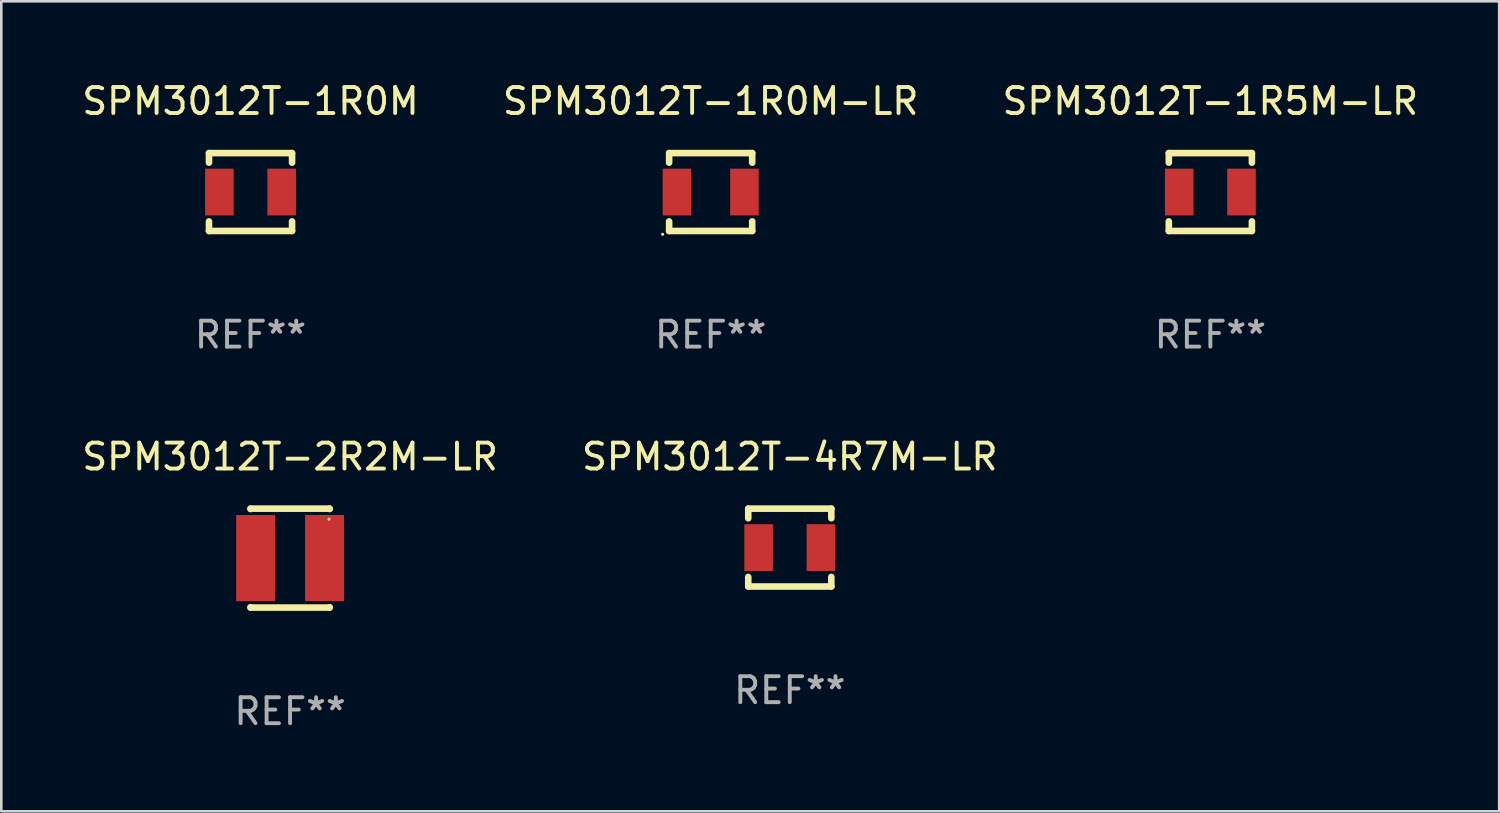
<source format=kicad_pcb>
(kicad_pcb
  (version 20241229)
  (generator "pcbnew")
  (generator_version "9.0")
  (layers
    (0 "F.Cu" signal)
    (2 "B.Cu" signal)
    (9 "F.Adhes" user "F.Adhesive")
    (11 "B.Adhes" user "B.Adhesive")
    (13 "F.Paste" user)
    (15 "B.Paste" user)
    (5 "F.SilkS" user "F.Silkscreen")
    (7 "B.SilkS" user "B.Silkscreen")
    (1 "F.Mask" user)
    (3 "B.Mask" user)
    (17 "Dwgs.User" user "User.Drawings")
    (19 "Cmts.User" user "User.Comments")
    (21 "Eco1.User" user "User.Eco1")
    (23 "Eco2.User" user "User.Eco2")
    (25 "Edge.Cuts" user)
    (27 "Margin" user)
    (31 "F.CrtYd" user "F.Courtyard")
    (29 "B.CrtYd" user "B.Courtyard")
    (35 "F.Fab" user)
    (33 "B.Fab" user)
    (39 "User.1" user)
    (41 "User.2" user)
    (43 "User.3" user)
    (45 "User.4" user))
  (footprint "SPM3012T-1R0M"
    (layer "F.Cu")
    (at 6.601 4.348)
    (property "Reference" "SPM3012T-1R0M" (at 0 -3.5 0) (layer "F.SilkS") (effects (font (size 1 1) (thickness 0.15))))
    (attr through_hole)
    (fp_line (start -1.6 -1.5) (end -1.6 -1.131) (stroke (width 0.254) (type solid)) (layer "F.SilkS"))
    (fp_line (start -1.6 -1.5) (end 1.6 -1.5) (stroke (width 0.254) (type solid)) (layer "F.SilkS"))
    (fp_line (start -1.6 1.131) (end -1.6 1.5) (stroke (width 0.254) (type solid)) (layer "F.SilkS"))
    (fp_line (start 1.6 -1.131) (end 1.6 -1.5) (stroke (width 0.254) (type solid)) (layer "F.SilkS"))
    (fp_line (start 1.6 1.5) (end -1.6 1.5) (stroke (width 0.254) (type solid)) (layer "F.SilkS"))
    (fp_line (start 1.6 1.5) (end 1.6 1.131) (stroke (width 0.254) (type solid)) (layer "F.SilkS"))
    (fp_circle (center -1.6 1.5) (end -1.57 1.5) (stroke (width 0.06) (type solid)) (fill no) (layer "F.SilkS"))
    (fp_text user "REF**" (at 0 5.5 0) (layer "F.Fab") (effects (font (size 1 1) (thickness 0.15))))
    (pad "1" smd rect (at -1.2 0 90) (size 1.8 1.1) (layers "F.Cu" "F.Mask" "F.Paste"))
    (pad "2" smd rect (at 1.2 0 90) (size 1.8 1.1) (layers "F.Cu" "F.Mask" "F.Paste")))
  (footprint "SPM3012T-2R2M-LR"
    (layer "F.Cu")
    (at 8.125 18.45)
    (property "Reference" "SPM3012T-2R2M-LR" (at 0 -3.905 0) (layer "F.SilkS") (effects (font (size 1 1) (thickness 0.15))))
    (attr through_hole)
    (fp_line (start -1.524 -1.905) (end 1.524 -1.905) (stroke (width 0.254) (type solid)) (layer "F.SilkS"))
    (fp_line (start -1.524 -1.891) (end -1.524 -1.905) (stroke (width 0.254) (type solid)) (layer "F.SilkS"))
    (fp_line (start -1.524 1.905) (end -1.524 1.891) (stroke (width 0.254) (type solid)) (layer "F.SilkS"))
    (fp_line (start -1.524 1.905) (end 1.524 1.905) (stroke (width 0.254) (type solid)) (layer "F.SilkS"))
    (fp_line (start 1.524 -1.905) (end 1.524 -1.891) (stroke (width 0.254) (type solid)) (layer "F.SilkS"))
    (fp_line (start 1.524 1.891) (end 1.524 1.905) (stroke (width 0.254) (type solid)) (layer "F.SilkS"))
    (fp_circle (center 1.5 -1.5) (end 1.53 -1.5) (stroke (width 0.06) (type solid)) (fill no) (layer "F.SilkS"))
    (fp_text user "REF**" (at 0 5.905 0) (layer "F.Fab") (effects (font (size 1 1) (thickness 0.15))))
    (pad "1" smd rect (at 1.328 0) (size 1.5 3.32) (layers "F.Cu" "F.Mask" "F.Paste"))
    (pad "2" smd rect (at -1.328 0) (size 1.5 3.32) (layers "F.Cu" "F.Mask" "F.Paste")))
  (footprint "SPM3012T-1R5M-LR"
    (layer "F.Cu")
    (at 43.577 4.348)
    (property "Reference" "SPM3012T-1R5M-LR" (at 0 -3.5 0) (layer "F.SilkS") (effects (font (size 1 1) (thickness 0.15))))
    (attr through_hole)
    (fp_line (start -1.6 -1.5) (end -1.6 -1.131) (stroke (width 0.254) (type solid)) (layer "F.SilkS"))
    (fp_line (start -1.6 -1.5) (end 1.6 -1.5) (stroke (width 0.254) (type solid)) (layer "F.SilkS"))
    (fp_line (start -1.6 1.131) (end -1.6 1.5) (stroke (width 0.254) (type solid)) (layer "F.SilkS"))
    (fp_line (start 1.6 -1.131) (end 1.6 -1.5) (stroke (width 0.254) (type solid)) (layer "F.SilkS"))
    (fp_line (start 1.6 1.5) (end -1.6 1.5) (stroke (width 0.254) (type solid)) (layer "F.SilkS"))
    (fp_line (start 1.6 1.5) (end 1.6 1.131) (stroke (width 0.254) (type solid)) (layer "F.SilkS"))
    (fp_circle (center -1.603 -1.503) (end -1.573 -1.503) (stroke (width 0.06) (type solid)) (fill no) (layer "F.SilkS"))
    (fp_text user "REF**" (at 0 5.5 0) (layer "F.Fab") (effects (font (size 1 1) (thickness 0.15))))
    (pad "1" smd rect (at -1.2 0 90) (size 1.8 1.1) (layers "F.Cu" "F.Mask" "F.Paste"))
    (pad "2" smd rect (at 1.2 0 90) (size 1.8 1.1) (layers "F.Cu" "F.Mask" "F.Paste")))
  (footprint "SPM3012T-4R7M-LR"
    (layer "F.Cu")
    (at 27.375 18.045)
    (property "Reference" "SPM3012T-4R7M-LR" (at 0 -3.5 0) (layer "F.SilkS") (effects (font (size 1 1) (thickness 0.15))))
    (attr through_hole)
    (fp_line (start -1.6 -1.5) (end -1.6 -1.131) (stroke (width 0.254) (type solid)) (layer "F.SilkS"))
    (fp_line (start -1.6 -1.5) (end 1.6 -1.5) (stroke (width 0.254) (type solid)) (layer "F.SilkS"))
    (fp_line (start -1.6 1.131) (end -1.6 1.5) (stroke (width 0.254) (type solid)) (layer "F.SilkS"))
    (fp_line (start 1.6 -1.131) (end 1.6 -1.5) (stroke (width 0.254) (type solid)) (layer "F.SilkS"))
    (fp_line (start 1.6 1.5) (end -1.6 1.5) (stroke (width 0.254) (type solid)) (layer "F.SilkS"))
    (fp_line (start 1.6 1.5) (end 1.6 1.131) (stroke (width 0.254) (type solid)) (layer "F.SilkS"))
    (fp_circle (center -1.603 -1.503) (end -1.573 -1.503) (stroke (width 0.06) (type solid)) (fill no) (layer "F.SilkS"))
    (fp_text user "REF**" (at 0 5.5 0) (layer "F.Fab") (effects (font (size 1 1) (thickness 0.15))))
    (pad "1" smd rect (at -1.2 0 90) (size 1.8 1.1) (layers "F.Cu" "F.Mask" "F.Paste"))
    (pad "2" smd rect (at 1.2 0 90) (size 1.8 1.1) (layers "F.Cu" "F.Mask" "F.Paste")))
  (footprint "SPM3012T-1R0M-LR"
    (layer "F.Cu")
    (at 24.327 4.348)
    (property "Reference" "SPM3012T-1R0M-LR" (at 0 -3.5 0) (layer "F.SilkS") (effects (font (size 1 1) (thickness 0.15))))
    (attr through_hole)
    (fp_line (start -1.6 -1.5) (end -1.6 -1.131) (stroke (width 0.254) (type solid)) (layer "F.SilkS"))
    (fp_line (start -1.6 -1.5) (end 1.6 -1.5) (stroke (width 0.254) (type solid)) (layer "F.SilkS"))
    (fp_line (start -1.6 1.131) (end -1.6 1.5) (stroke (width 0.254) (type solid)) (layer "F.SilkS"))
    (fp_line (start 1.6 -1.131) (end 1.6 -1.5) (stroke (width 0.254) (type solid)) (layer "F.SilkS"))
    (fp_line (start 1.6 1.5) (end -1.6 1.5) (stroke (width 0.254) (type solid)) (layer "F.SilkS"))
    (fp_line (start 1.6 1.5) (end 1.6 1.131) (stroke (width 0.254) (type solid)) (layer "F.SilkS"))
    (fp_circle (center -1.85 1.627) (end -1.82 1.627) (stroke (width 0.06) (type solid)) (fill no) (layer "F.SilkS"))
    (fp_text user "REF**" (at 0 5.5 0) (layer "F.Fab") (effects (font (size 1 1) (thickness 0.15))))
    (pad "1" smd rect (at -1.3 0 90) (size 1.8 1.1) (layers "F.Cu" "F.Mask" "F.Paste"))
    (pad "2" smd rect (at 1.3 0 90) (size 1.8 1.1) (layers "F.Cu" "F.Mask" "F.Paste")))
  (gr_rect
    (start -3 -3)
    (end 54.702 28.203)
    (stroke (width 0.1) (type default))
    (fill no)
    (layer "Edge.Cuts")))
</source>
